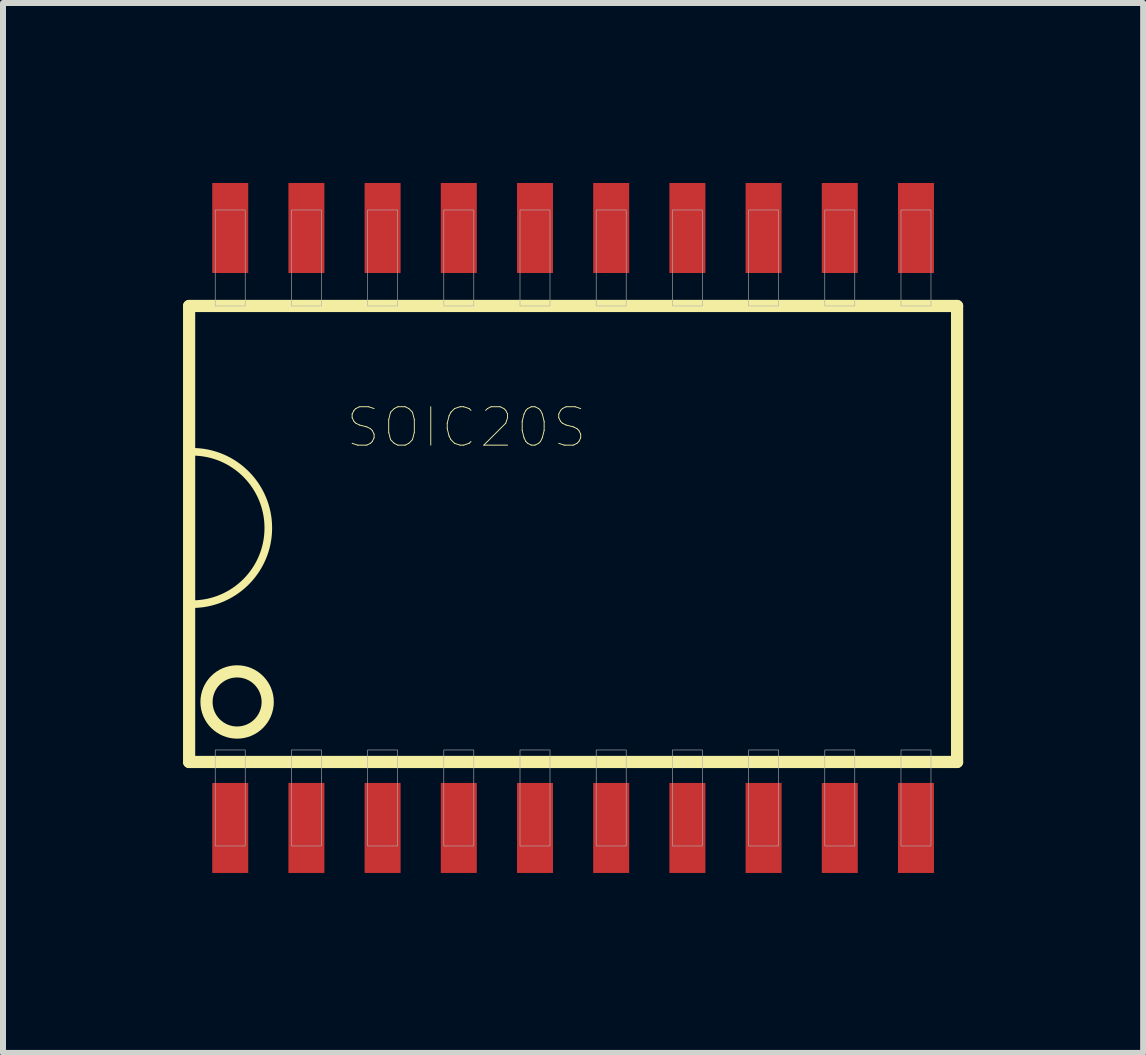
<source format=kicad_pcb>
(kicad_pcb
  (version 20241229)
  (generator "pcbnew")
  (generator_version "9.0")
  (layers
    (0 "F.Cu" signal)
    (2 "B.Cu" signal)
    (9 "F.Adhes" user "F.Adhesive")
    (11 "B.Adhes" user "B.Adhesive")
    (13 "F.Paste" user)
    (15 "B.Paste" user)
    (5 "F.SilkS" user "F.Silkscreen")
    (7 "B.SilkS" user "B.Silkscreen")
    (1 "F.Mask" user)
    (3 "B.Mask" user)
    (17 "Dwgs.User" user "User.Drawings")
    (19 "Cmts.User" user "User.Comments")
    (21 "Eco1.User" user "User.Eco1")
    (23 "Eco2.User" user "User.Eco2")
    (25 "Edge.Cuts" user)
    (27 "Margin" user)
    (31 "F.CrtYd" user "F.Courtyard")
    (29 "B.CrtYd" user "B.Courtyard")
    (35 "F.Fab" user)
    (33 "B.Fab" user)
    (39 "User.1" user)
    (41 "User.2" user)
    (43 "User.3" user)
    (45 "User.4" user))
  (footprint "SOIC20S"
    (layer "F.Cu")
    (at 6.502 5.75)
    (property "Reference" "SOIC20S" (at -1.778 -1.676 0) (layer "F.SilkS") (effects (font (size 0.64 0.64) (thickness 0.015))))
    (attr through_hole)
    (fp_line (start -6.4 -3.7) (end -6.4 3.9) (stroke (width 0.203) (type solid)) (layer "F.SilkS"))
    (fp_line (start -6.4 3.9) (end 6.4 3.9) (stroke (width 0.203) (type solid)) (layer "F.SilkS"))
    (fp_line (start 6.4 -3.7) (end -6.4 -3.7) (stroke (width 0.203) (type solid)) (layer "F.SilkS"))
    (fp_line (start 6.4 3.9) (end 6.4 -3.7) (stroke (width 0.203) (type solid)) (layer "F.SilkS"))
    (fp_arc (start -6.35 -1.27) (mid -5.08 0) (end -6.35 1.27) (stroke (width 0.127) (type solid)) (layer "F.SilkS"))
    (fp_circle (center -5.6 2.9) (end -5.09 2.9) (stroke (width 0.203) (type solid)) (fill no) (layer "F.SilkS"))
    (fp_poly (pts (xy -5.965 -5.3) (xy -5.465 -5.3) (xy -5.465 -3.7) (xy -5.965 -3.7)) (stroke (width 0.01) (type solid)) (fill no) (layer "F.Fab"))
    (fp_poly (pts (xy -5.965 3.7) (xy -5.465 3.7) (xy -5.465 5.3) (xy -5.965 5.3)) (stroke (width 0.01) (type solid)) (fill no) (layer "F.Fab"))
    (fp_poly (pts (xy -4.695 -5.3) (xy -4.195 -5.3) (xy -4.195 -3.7) (xy -4.695 -3.7)) (stroke (width 0.01) (type solid)) (fill no) (layer "F.Fab"))
    (fp_poly (pts (xy -4.695 3.7) (xy -4.195 3.7) (xy -4.195 5.3) (xy -4.695 5.3)) (stroke (width 0.01) (type solid)) (fill no) (layer "F.Fab"))
    (fp_poly (pts (xy -3.425 -5.3) (xy -2.925 -5.3) (xy -2.925 -3.7) (xy -3.425 -3.7)) (stroke (width 0.01) (type solid)) (fill no) (layer "F.Fab"))
    (fp_poly (pts (xy -3.425 3.7) (xy -2.925 3.7) (xy -2.925 5.3) (xy -3.425 5.3)) (stroke (width 0.01) (type solid)) (fill no) (layer "F.Fab"))
    (fp_poly (pts (xy -2.155 -5.3) (xy -1.655 -5.3) (xy -1.655 -3.7) (xy -2.155 -3.7)) (stroke (width 0.01) (type solid)) (fill no) (layer "F.Fab"))
    (fp_poly (pts (xy -2.155 3.7) (xy -1.655 3.7) (xy -1.655 5.3) (xy -2.155 5.3)) (stroke (width 0.01) (type solid)) (fill no) (layer "F.Fab"))
    (fp_poly (pts (xy -0.885 -5.3) (xy -0.385 -5.3) (xy -0.385 -3.7) (xy -0.885 -3.7)) (stroke (width 0.01) (type solid)) (fill no) (layer "F.Fab"))
    (fp_poly (pts (xy -0.885 3.7) (xy -0.385 3.7) (xy -0.385 5.3) (xy -0.885 5.3)) (stroke (width 0.01) (type solid)) (fill no) (layer "F.Fab"))
    (fp_poly (pts (xy 0.385 -5.3) (xy 0.885 -5.3) (xy 0.885 -3.7) (xy 0.385 -3.7)) (stroke (width 0.01) (type solid)) (fill no) (layer "F.Fab"))
    (fp_poly (pts (xy 0.385 3.7) (xy 0.885 3.7) (xy 0.885 5.3) (xy 0.385 5.3)) (stroke (width 0.01) (type solid)) (fill no) (layer "F.Fab"))
    (fp_poly (pts (xy 1.655 -5.3) (xy 2.155 -5.3) (xy 2.155 -3.7) (xy 1.655 -3.7)) (stroke (width 0.01) (type solid)) (fill no) (layer "F.Fab"))
    (fp_poly (pts (xy 1.655 3.7) (xy 2.155 3.7) (xy 2.155 5.3) (xy 1.655 5.3)) (stroke (width 0.01) (type solid)) (fill no) (layer "F.Fab"))
    (fp_poly (pts (xy 2.925 -5.3) (xy 3.425 -5.3) (xy 3.425 -3.7) (xy 2.925 -3.7)) (stroke (width 0.01) (type solid)) (fill no) (layer "F.Fab"))
    (fp_poly (pts (xy 2.925 3.7) (xy 3.425 3.7) (xy 3.425 5.3) (xy 2.925 5.3)) (stroke (width 0.01) (type solid)) (fill no) (layer "F.Fab"))
    (fp_poly (pts (xy 4.195 -5.3) (xy 4.695 -5.3) (xy 4.695 -3.7) (xy 4.195 -3.7)) (stroke (width 0.01) (type solid)) (fill no) (layer "F.Fab"))
    (fp_poly (pts (xy 4.195 3.7) (xy 4.695 3.7) (xy 4.695 5.3) (xy 4.195 5.3)) (stroke (width 0.01) (type solid)) (fill no) (layer "F.Fab"))
    (fp_poly (pts (xy 5.465 -5.3) (xy 5.965 -5.3) (xy 5.965 -3.7) (xy 5.465 -3.7)) (stroke (width 0.01) (type solid)) (fill no) (layer "F.Fab"))
    (fp_poly (pts (xy 5.465 3.7) (xy 5.965 3.7) (xy 5.965 5.3) (xy 5.465 5.3)) (stroke (width 0.01) (type solid)) (fill no) (layer "F.Fab"))
    (pad "1" smd rect (at -5.715 5) (size 0.6 1.5) (layers "F.Cu" "F.Mask" "F.Paste"))
    (pad "2" smd rect (at -4.445 5) (size 0.6 1.5) (layers "F.Cu" "F.Mask" "F.Paste"))
    (pad "3" smd rect (at -3.175 5) (size 0.6 1.5) (layers "F.Cu" "F.Mask" "F.Paste"))
    (pad "4" smd rect (at -1.905 5) (size 0.6 1.5) (layers "F.Cu" "F.Mask" "F.Paste"))
    (pad "5" smd rect (at -0.635 5) (size 0.6 1.5) (layers "F.Cu" "F.Mask" "F.Paste"))
    (pad "6" smd rect (at 0.635 5) (size 0.6 1.5) (layers "F.Cu" "F.Mask" "F.Paste"))
    (pad "7" smd rect (at 1.905 5) (size 0.6 1.5) (layers "F.Cu" "F.Mask" "F.Paste"))
    (pad "8" smd rect (at 3.175 5) (size 0.6 1.5) (layers "F.Cu" "F.Mask" "F.Paste"))
    (pad "9" smd rect (at 4.445 5) (size 0.6 1.5) (layers "F.Cu" "F.Mask" "F.Paste"))
    (pad "10" smd rect (at 5.715 5) (size 0.6 1.5) (layers "F.Cu" "F.Mask" "F.Paste"))
    (pad "11" smd rect (at 5.715 -5) (size 0.6 1.5) (layers "F.Cu" "F.Mask" "F.Paste"))
    (pad "12" smd rect (at 4.445 -5) (size 0.6 1.5) (layers "F.Cu" "F.Mask" "F.Paste"))
    (pad "13" smd rect (at 3.175 -5) (size 0.6 1.5) (layers "F.Cu" "F.Mask" "F.Paste"))
    (pad "14" smd rect (at 1.905 -5) (size 0.6 1.5) (layers "F.Cu" "F.Mask" "F.Paste"))
    (pad "15" smd rect (at 0.635 -5) (size 0.6 1.5) (layers "F.Cu" "F.Mask" "F.Paste"))
    (pad "16" smd rect (at -0.635 -5) (size 0.6 1.5) (layers "F.Cu" "F.Mask" "F.Paste"))
    (pad "17" smd rect (at -1.905 -5) (size 0.6 1.5) (layers "F.Cu" "F.Mask" "F.Paste"))
    (pad "18" smd rect (at -3.175 -5) (size 0.6 1.5) (layers "F.Cu" "F.Mask" "F.Paste"))
    (pad "19" smd rect (at -4.445 -5) (size 0.6 1.5) (layers "F.Cu" "F.Mask" "F.Paste"))
    (pad "20" smd rect (at -5.715 -5) (size 0.6 1.5) (layers "F.Cu" "F.Mask" "F.Paste")))
  (gr_rect
    (start -3 -3)
    (end 16.003 14.5)
    (stroke (width 0.1) (type default))
    (fill no)
    (layer "Edge.Cuts")))
</source>
